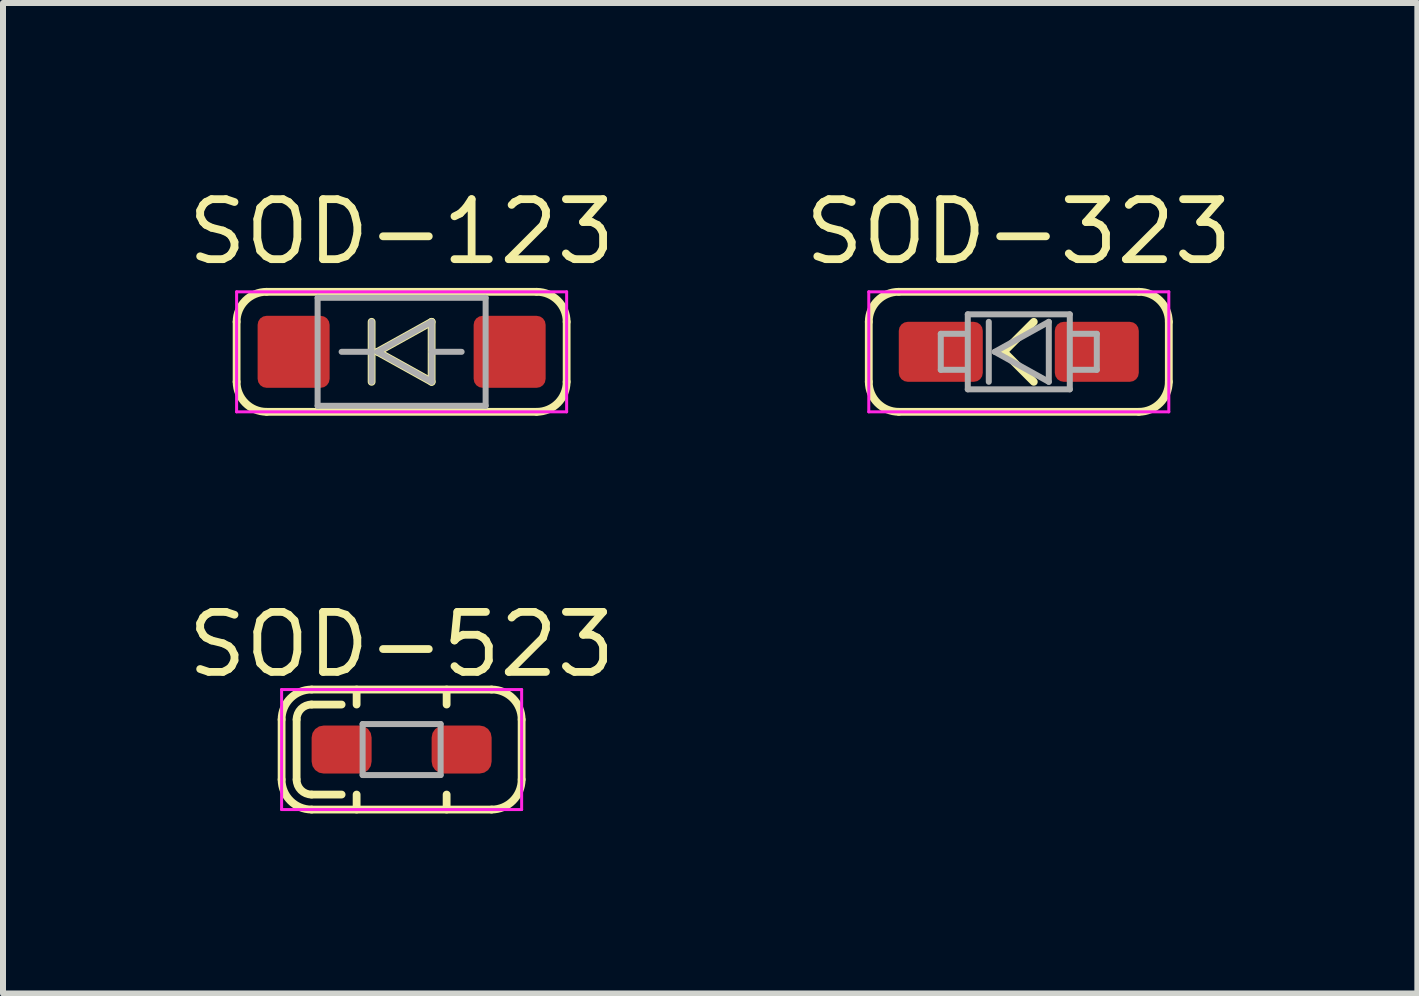
<source format=kicad_pcb>
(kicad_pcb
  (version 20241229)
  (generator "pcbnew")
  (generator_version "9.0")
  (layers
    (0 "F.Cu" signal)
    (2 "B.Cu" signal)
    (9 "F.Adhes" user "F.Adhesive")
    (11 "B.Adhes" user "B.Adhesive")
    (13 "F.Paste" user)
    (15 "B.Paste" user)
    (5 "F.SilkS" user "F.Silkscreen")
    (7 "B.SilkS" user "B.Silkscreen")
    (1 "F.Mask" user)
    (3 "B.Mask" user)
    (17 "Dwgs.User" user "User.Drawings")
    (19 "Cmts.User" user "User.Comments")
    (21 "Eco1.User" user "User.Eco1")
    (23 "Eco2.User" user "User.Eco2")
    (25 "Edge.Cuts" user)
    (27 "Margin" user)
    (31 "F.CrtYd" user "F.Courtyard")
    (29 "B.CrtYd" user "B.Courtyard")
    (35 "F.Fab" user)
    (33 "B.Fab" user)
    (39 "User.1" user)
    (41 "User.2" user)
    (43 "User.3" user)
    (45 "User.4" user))
  (footprint "SOD-323"
    (layer "F.Cu")
    (at 13.928 2.813)
    (property "Reference" "SOD-323" (at 0 -2 0) (layer "F.SilkS") (effects (font (size 1 1) (thickness 0.13))))
    (attr smd)
    (fp_line (start -2.5 -0.5) (end -2.5 0.5) (stroke (width 0.13) (type solid)) (layer "F.SilkS"))
    (fp_line (start -2 -1) (end 2 -1) (stroke (width 0.13) (type solid)) (layer "F.SilkS"))
    (fp_line (start -2 1) (end 2 1) (stroke (width 0.13) (type solid)) (layer "F.SilkS"))
    (fp_line (start -0.25 0) (end 0.25 -0.5) (stroke (width 0.13) (type solid)) (layer "F.SilkS"))
    (fp_line (start 0.25 0.5) (end -0.25 0) (stroke (width 0.13) (type solid)) (layer "F.SilkS"))
    (fp_line (start 2.5 -0.5) (end 2.5 0.5) (stroke (width 0.13) (type solid)) (layer "F.SilkS"))
    (fp_arc (start -2.5 -0.5) (mid -2.353553 -0.853553) (end -2 -1) (stroke (width 0.13) (type solid)) (layer "F.SilkS"))
    (fp_arc (start -2 1) (mid -2.353553 0.853553) (end -2.5 0.5) (stroke (width 0.13) (type solid)) (layer "F.SilkS"))
    (fp_arc (start 2 -1) (mid 2.353553 -0.853553) (end 2.5 -0.5) (stroke (width 0.13) (type solid)) (layer "F.SilkS"))
    (fp_arc (start 2.5 0.5) (mid 2.353553 0.853553) (end 2 1) (stroke (width 0.13) (type solid)) (layer "F.SilkS"))
    (fp_line (start -2.5 -1) (end -2.5 1) (stroke (width 0.05) (type solid)) (layer "F.CrtYd"))
    (fp_line (start -2.5 1) (end 2.5 1) (stroke (width 0.05) (type solid)) (layer "F.CrtYd"))
    (fp_line (start 2.5 -1) (end -2.5 -1) (stroke (width 0.05) (type solid)) (layer "F.CrtYd"))
    (fp_line (start 2.5 1) (end 2.5 -1) (stroke (width 0.05) (type solid)) (layer "F.CrtYd"))
    (fp_line (start -1.3 -0.3) (end -1.3 0.3) (stroke (width 0.1) (type solid)) (layer "F.Fab"))
    (fp_line (start -1.3 0.3) (end -0.9 0.3) (stroke (width 0.1) (type solid)) (layer "F.Fab"))
    (fp_line (start -0.9 -0.3) (end -1.3 -0.3) (stroke (width 0.1) (type solid)) (layer "F.Fab"))
    (fp_line (start -0.85 -0.625) (end 0.85 -0.625) (stroke (width 0.1) (type solid)) (layer "F.Fab"))
    (fp_line (start -0.85 0.625) (end -0.85 -0.625) (stroke (width 0.1) (type solid)) (layer "F.Fab"))
    (fp_line (start -0.5 -0.5) (end -0.5 0.5) (stroke (width 0.1) (type solid)) (layer "F.Fab"))
    (fp_line (start -0.4 0) (end 0.5 -0.5) (stroke (width 0.1) (type solid)) (layer "F.Fab"))
    (fp_line (start 0.5 -0.5) (end 0.5 0.5) (stroke (width 0.1) (type solid)) (layer "F.Fab"))
    (fp_line (start 0.5 0.5) (end -0.4 0) (stroke (width 0.1) (type solid)) (layer "F.Fab"))
    (fp_line (start 0.85 -0.625) (end 0.85 0.625) (stroke (width 0.1) (type solid)) (layer "F.Fab"))
    (fp_line (start 0.85 0.625) (end -0.85 0.625) (stroke (width 0.1) (type solid)) (layer "F.Fab"))
    (fp_line (start 0.9 -0.3) (end 1.3 -0.3) (stroke (width 0.1) (type solid)) (layer "F.Fab"))
    (fp_line (start 1.3 -0.3) (end 1.3 0.3) (stroke (width 0.1) (type solid)) (layer "F.Fab"))
    (fp_line (start 1.3 0.3) (end 0.9 0.3) (stroke (width 0.1) (type solid)) (layer "F.Fab"))
    (pad "1" smd roundrect (at -1.3 0) (size 1.4 1) (layers "F.Cu" "F.Mask" "F.Paste") (roundrect_rratio 0.15))
    (pad "2" smd roundrect (at 1.3 0) (size 1.4 1) (layers "F.Cu" "F.Mask" "F.Paste") (roundrect_rratio 0.15)))
  (footprint "SOD-123"
    (layer "F.Cu")
    (at 3.643 2.813)
    (property "Reference" "SOD-123" (at 0 -2 0) (layer "F.SilkS") (effects (font (size 1 1) (thickness 0.13))))
    (attr smd)
    (fp_line (start -2.75 -0.5) (end -2.75 0.5) (stroke (width 0.13) (type solid)) (layer "F.SilkS"))
    (fp_line (start -2.25 -1) (end 2.25 -1) (stroke (width 0.13) (type solid)) (layer "F.SilkS"))
    (fp_line (start -2.25 1) (end 2.25 1) (stroke (width 0.13) (type solid)) (layer "F.SilkS"))
    (fp_line (start -0.5 -0.5) (end -0.5 0.5) (stroke (width 0.13) (type solid)) (layer "F.SilkS"))
    (fp_line (start -0.4 0) (end 0.5 -0.5) (stroke (width 0.13) (type solid)) (layer "F.SilkS"))
    (fp_line (start 0.5 -0.5) (end 0.5 0.5) (stroke (width 0.13) (type solid)) (layer "F.SilkS"))
    (fp_line (start 0.5 0.5) (end -0.4 0) (stroke (width 0.13) (type solid)) (layer "F.SilkS"))
    (fp_line (start 2.75 -0.5) (end 2.75 0.5) (stroke (width 0.13) (type solid)) (layer "F.SilkS"))
    (fp_arc (start -2.75 -0.5) (mid -2.603553 -0.853553) (end -2.25 -1) (stroke (width 0.13) (type solid)) (layer "F.SilkS"))
    (fp_arc (start -2.25 1) (mid -2.603553 0.853553) (end -2.75 0.5) (stroke (width 0.13) (type solid)) (layer "F.SilkS"))
    (fp_arc (start 2.25 -1) (mid 2.603553 -0.853553) (end 2.75 -0.5) (stroke (width 0.13) (type solid)) (layer "F.SilkS"))
    (fp_arc (start 2.75 0.5) (mid 2.603553 0.853553) (end 2.25 1) (stroke (width 0.13) (type solid)) (layer "F.SilkS"))
    (fp_line (start -2.75 -1) (end -2.75 1) (stroke (width 0.05) (type solid)) (layer "F.CrtYd"))
    (fp_line (start -2.75 1) (end 2.75 1) (stroke (width 0.05) (type solid)) (layer "F.CrtYd"))
    (fp_line (start 2.75 -1) (end -2.75 -1) (stroke (width 0.05) (type solid)) (layer "F.CrtYd"))
    (fp_line (start 2.75 1) (end 2.75 -1) (stroke (width 0.05) (type solid)) (layer "F.CrtYd"))
    (fp_line (start -1.4 -0.9) (end 1.4 -0.9) (stroke (width 0.1) (type solid)) (layer "F.Fab"))
    (fp_line (start -1.4 0.9) (end -1.4 -0.9) (stroke (width 0.1) (type solid)) (layer "F.Fab"))
    (fp_line (start -1 0) (end -0.5 0) (stroke (width 0.1) (type solid)) (layer "F.Fab"))
    (fp_line (start -0.5 -0.5) (end -0.5 0.5) (stroke (width 0.1) (type solid)) (layer "F.Fab"))
    (fp_line (start -0.4 0) (end 0.5 -0.5) (stroke (width 0.1) (type solid)) (layer "F.Fab"))
    (fp_line (start 0.5 -0.5) (end 0.5 0.5) (stroke (width 0.1) (type solid)) (layer "F.Fab"))
    (fp_line (start 0.5 0) (end 1 0) (stroke (width 0.1) (type solid)) (layer "F.Fab"))
    (fp_line (start 0.5 0.5) (end -0.4 0) (stroke (width 0.1) (type solid)) (layer "F.Fab"))
    (fp_line (start 1.4 -0.9) (end 1.4 0.9) (stroke (width 0.1) (type solid)) (layer "F.Fab"))
    (fp_line (start 1.4 0.9) (end -1.4 0.9) (stroke (width 0.1) (type solid)) (layer "F.Fab"))
    (pad "1" smd roundrect (at -1.8 0) (size 1.2 1.2) (layers "F.Cu" "F.Mask" "F.Paste") (roundrect_rratio 0.125))
    (pad "2" smd roundrect (at 1.8 0) (size 1.2 1.2) (layers "F.Cu" "F.Mask" "F.Paste") (roundrect_rratio 0.125)))
  (footprint "SOD-523"
    (layer "F.Cu")
    (at 3.643 9.441)
    (property "Reference" "SOD-523" (at 0 -1.75 0) (layer "F.SilkS") (effects (font (size 1 1) (thickness 0.13))))
    (attr smd)
    (fp_line (start -2 0.5) (end -2 -0.5) (stroke (width 0.13) (type solid)) (layer "F.SilkS"))
    (fp_line (start -1.75 -0.5) (end -1.75 0.5) (stroke (width 0.13) (type solid)) (layer "F.SilkS"))
    (fp_line (start -1.5 -1) (end 1.5 -1) (stroke (width 0.13) (type solid)) (layer "F.SilkS"))
    (fp_line (start -1.5 -0.75) (end -1 -0.75) (stroke (width 0.13) (type solid)) (layer "F.SilkS"))
    (fp_line (start -1 0.75) (end -1.5 0.75) (stroke (width 0.13) (type solid)) (layer "F.SilkS"))
    (fp_line (start -0.75 -1) (end -0.75 -0.75) (stroke (width 0.13) (type solid)) (layer "F.SilkS"))
    (fp_line (start -0.75 0.75) (end -0.75 1) (stroke (width 0.13) (type solid)) (layer "F.SilkS"))
    (fp_line (start 0.75 -1) (end 0.75 -0.75) (stroke (width 0.13) (type solid)) (layer "F.SilkS"))
    (fp_line (start 0.75 0.75) (end 0.75 1) (stroke (width 0.13) (type solid)) (layer "F.SilkS"))
    (fp_line (start 1.5 1) (end -1.5 1) (stroke (width 0.13) (type solid)) (layer "F.SilkS"))
    (fp_line (start 2 -0.5) (end 2 0.5) (stroke (width 0.13) (type solid)) (layer "F.SilkS"))
    (fp_arc (start -2 -0.5) (mid -1.853553 -0.853553) (end -1.5 -1) (stroke (width 0.13) (type solid)) (layer "F.SilkS"))
    (fp_arc (start -1.75 -0.5) (mid -1.676777 -0.676777) (end -1.5 -0.75) (stroke (width 0.13) (type solid)) (layer "F.SilkS"))
    (fp_arc (start -1.5 0.75) (mid -1.676777 0.676777) (end -1.75 0.5) (stroke (width 0.13) (type solid)) (layer "F.SilkS"))
    (fp_arc (start -1.5 1) (mid -1.853553 0.853553) (end -2 0.5) (stroke (width 0.13) (type solid)) (layer "F.SilkS"))
    (fp_arc (start 1.5 -1) (mid 1.853553 -0.853553) (end 2 -0.5) (stroke (width 0.13) (type solid)) (layer "F.SilkS"))
    (fp_arc (start 2 0.5) (mid 1.853553 0.853553) (end 1.5 1) (stroke (width 0.13) (type solid)) (layer "F.SilkS"))
    (fp_line (start -2 -1) (end 2 -1) (stroke (width 0.05) (type solid)) (layer "F.CrtYd"))
    (fp_line (start -2 1) (end -2 -1) (stroke (width 0.05) (type solid)) (layer "F.CrtYd"))
    (fp_line (start 2 -1) (end 2 1) (stroke (width 0.05) (type solid)) (layer "F.CrtYd"))
    (fp_line (start 2 1) (end -2 1) (stroke (width 0.05) (type solid)) (layer "F.CrtYd"))
    (fp_line (start -0.65 -0.425) (end 0.65 -0.425) (stroke (width 0.1) (type solid)) (layer "F.Fab"))
    (fp_line (start -0.65 0.425) (end -0.65 -0.425) (stroke (width 0.1) (type solid)) (layer "F.Fab"))
    (fp_line (start -0.65 0.425) (end 0.65 0.425) (stroke (width 0.1) (type solid)) (layer "F.Fab"))
    (fp_line (start 0.65 -0.425) (end 0.65 0.425) (stroke (width 0.1) (type solid)) (layer "F.Fab"))
    (pad "1" smd roundrect (at -1 0) (size 1 0.8) (layers "F.Cu" "F.Mask" "F.Paste") (roundrect_rratio 0.25))
    (pad "2" smd roundrect (at 1 0) (size 1 0.8) (layers "F.Cu" "F.Mask" "F.Paste") (roundrect_rratio 0.25)))
  (gr_rect
    (start -3 -3)
    (end 20.57 13.506)
    (stroke (width 0.1) (type default))
    (fill no)
    (layer "Edge.Cuts")))
</source>
